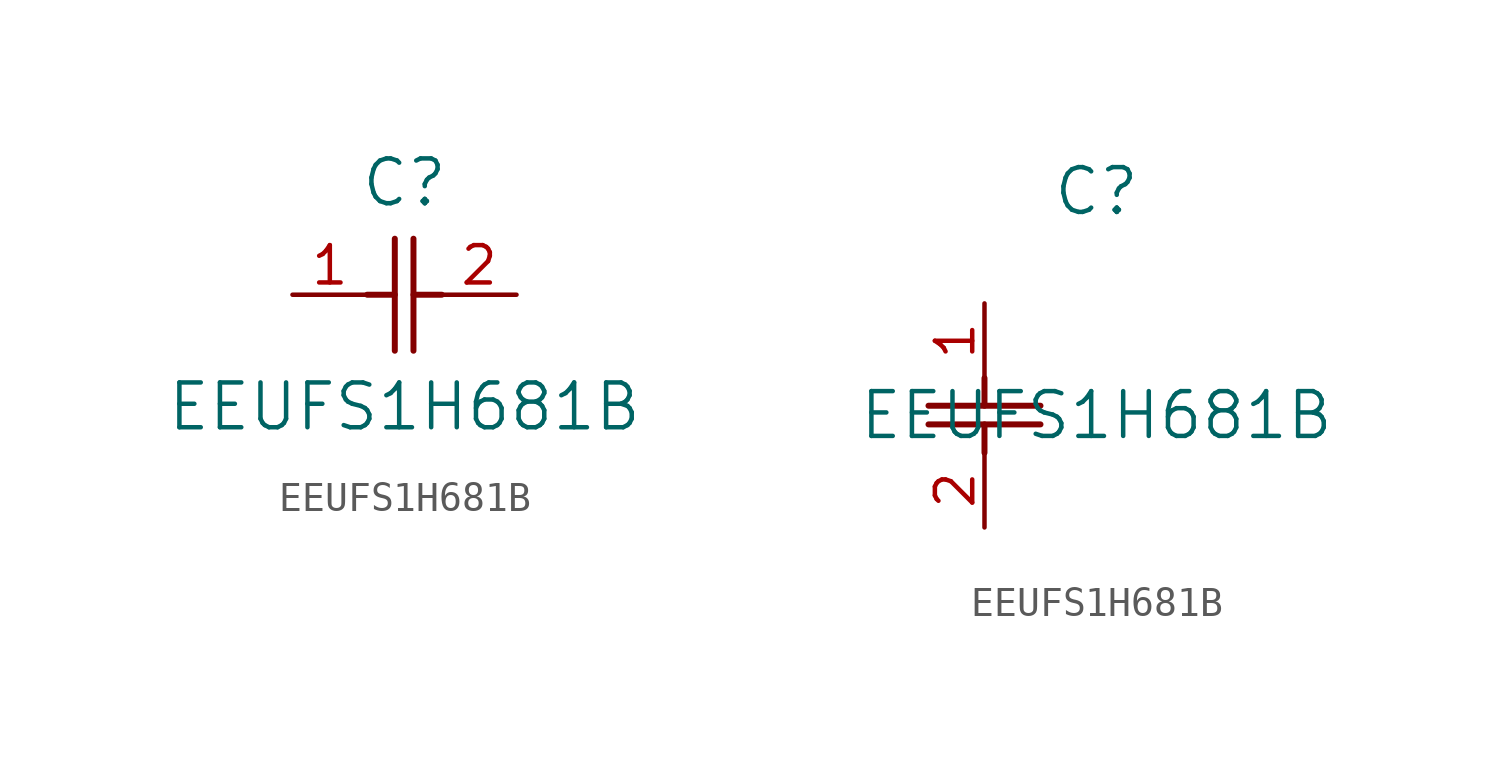
<source format=kicad_sym>
(kicad_symbol_lib
  (version 20211014)
  (generator kicad_symbol_editor)
  (symbol "EEUFS1H681B"
    (pin_names
      (offset 0.254))
    (property "Reference" "C"
      (at 3.81 3.81 0)
      (effects (font (size 1.524 1.524))))
    (property "Value" "EEUFS1H681B"
      (at 3.81 -3.81 0)
      (effects (font (size 1.524 1.524))))
    (symbol "EEUFS1H681B_1_1"
      (polyline (pts (xy 3.48 -1.905) (xy 3.48 1.905)) (stroke (width 0.203) (type default) (color 0 0 0 0)) (fill (type none)))
      (polyline (pts (xy 4.115 -1.905) (xy 4.115 1.905)) (stroke (width 0.203) (type default) (color 0 0 0 0)) (fill (type none)))
      (polyline (pts (xy 4.115 0) (xy 5.08 0)) (stroke (width 0.203) (type default) (color 0 0 0 0)) (fill (type none)))
      (polyline (pts (xy 2.54 0) (xy 3.48 0)) (stroke (width 0.203) (type default) (color 0 0 0 0)) (fill (type none)))
      (pin unspecified line (at 0 0 0) (length 2.54) (name "" (effects (font (size 1.27 1.27)))) (number "1" (effects (font (size 1.27 1.27)))))
      (pin unspecified line (at 7.62 0 180) (length 2.54) (name "" (effects (font (size 1.27 1.27)))) (number "2" (effects (font (size 1.27 1.27))))))
    (symbol "EEUFS1H681B_1_2"
      (polyline (pts (xy -1.905 -3.48) (xy 1.905 -3.48)) (stroke (width 0.203) (type default) (color 0 0 0 0)) (fill (type none)))
      (polyline (pts (xy -1.905 -4.115) (xy 1.905 -4.115)) (stroke (width 0.203) (type default) (color 0 0 0 0)) (fill (type none)))
      (polyline (pts (xy 0 -4.115) (xy 0 -5.08)) (stroke (width 0.203) (type default) (color 0 0 0 0)) (fill (type none)))
      (polyline (pts (xy 0 -2.54) (xy 0 -3.48)) (stroke (width 0.203) (type default) (color 0 0 0 0)) (fill (type none)))
      (pin unspecified line (at 0 0 270) (length 2.54) (name "" (effects (font (size 1.27 1.27)))) (number "1" (effects (font (size 1.27 1.27)))))
      (pin unspecified line (at 0 -7.62 90) (length 2.54) (name "" (effects (font (size 1.27 1.27)))) (number "2" (effects (font (size 1.27 1.27))))))))
</source>
